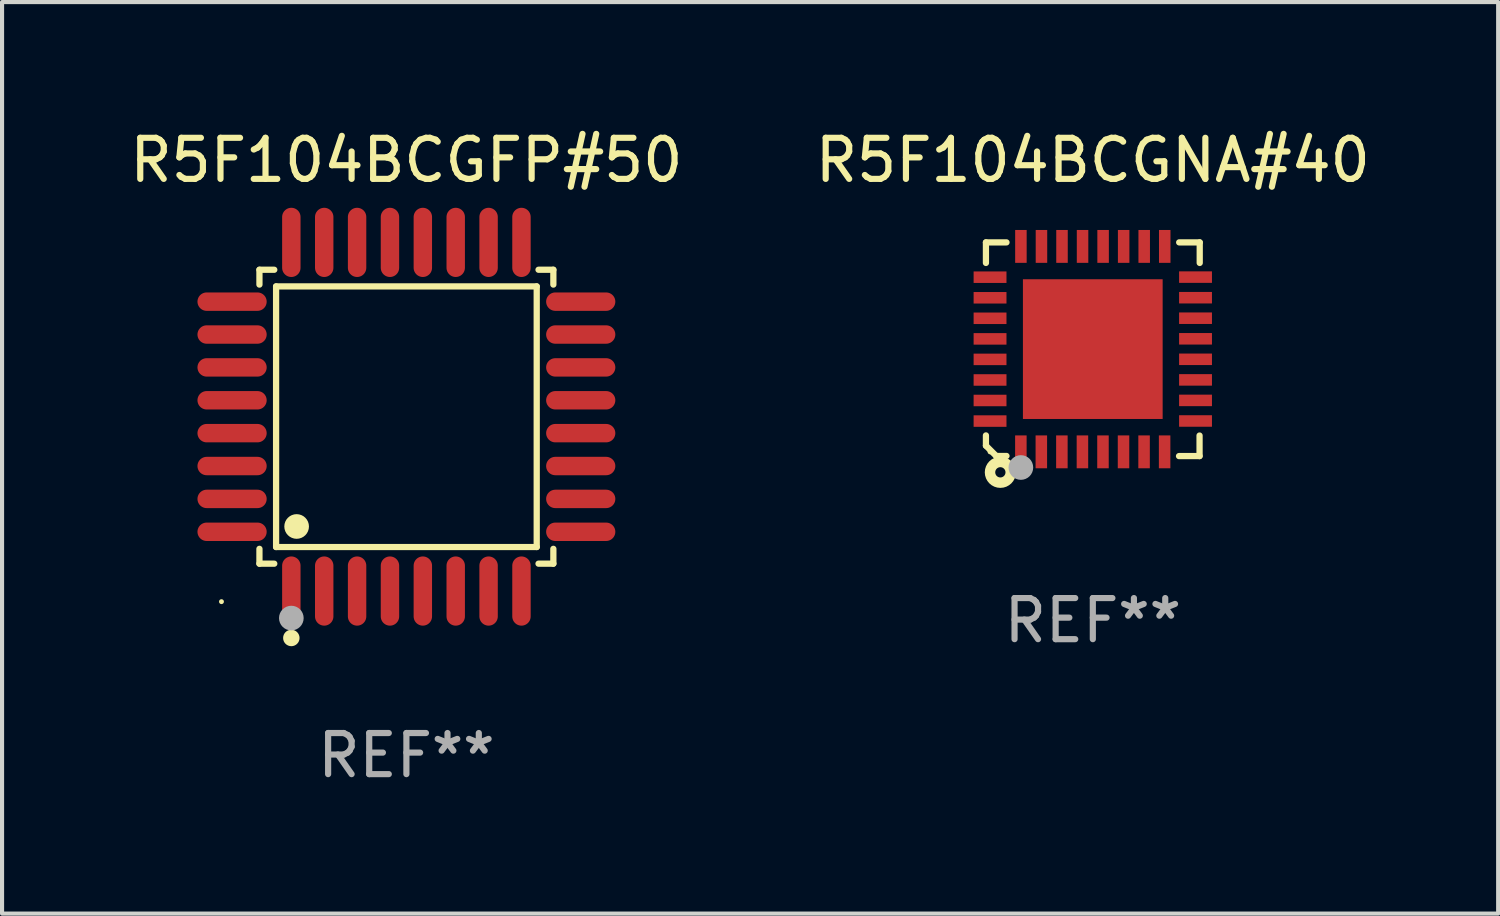
<source format=kicad_pcb>
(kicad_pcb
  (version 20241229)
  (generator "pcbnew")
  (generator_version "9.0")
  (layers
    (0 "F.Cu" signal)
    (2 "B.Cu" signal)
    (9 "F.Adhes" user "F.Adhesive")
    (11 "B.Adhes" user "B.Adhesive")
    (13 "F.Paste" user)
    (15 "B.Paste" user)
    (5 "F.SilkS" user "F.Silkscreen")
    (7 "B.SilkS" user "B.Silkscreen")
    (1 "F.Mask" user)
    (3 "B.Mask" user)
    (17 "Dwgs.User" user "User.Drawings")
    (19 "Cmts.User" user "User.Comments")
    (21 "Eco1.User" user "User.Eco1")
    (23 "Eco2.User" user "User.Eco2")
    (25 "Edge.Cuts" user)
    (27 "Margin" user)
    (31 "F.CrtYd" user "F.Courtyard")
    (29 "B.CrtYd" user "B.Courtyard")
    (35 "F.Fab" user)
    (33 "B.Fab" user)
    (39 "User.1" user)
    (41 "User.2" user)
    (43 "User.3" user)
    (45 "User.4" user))
  (footprint "R5F104BCGNA#40"
    (layer "F.Cu")
    (at 23.542 5.448)
    (property "Reference" "R5F104BCGNA#40" (at 0 -4.6 0) (layer "F.SilkS") (effects (font (size 1 1) (thickness 0.15))))
    (attr through_hole)
    (fp_line (start -2.601 2.097) (end -2.601 2.347) (stroke (width 0.152) (type solid)) (layer "F.SilkS"))
    (fp_line (start -2.601 2.347) (end -2.351 2.597) (stroke (width 0.152) (type solid)) (layer "F.SilkS"))
    (fp_line (start -2.601 -2.6) (end -2.601 -2.1) (stroke (width 0.152) (type solid)) (layer "F.SilkS"))
    (fp_line (start -2.601 -2.6) (end -2.101 -2.6) (stroke (width 0.152) (type solid)) (layer "F.SilkS"))
    (fp_line (start -2.351 2.597) (end -2.101 2.597) (stroke (width 0.152) (type solid)) (layer "F.SilkS"))
    (fp_line (start 2.597 2.6) (end 2.097 2.6) (stroke (width 0.152) (type solid)) (layer "F.SilkS"))
    (fp_line (start 2.597 2.6) (end 2.597 2.1) (stroke (width 0.152) (type solid)) (layer "F.SilkS"))
    (fp_line (start 2.601 -2.6) (end 2.101 -2.6) (stroke (width 0.152) (type solid)) (layer "F.SilkS"))
    (fp_line (start 2.601 -2.6) (end 2.601 -2.1) (stroke (width 0.152) (type solid)) (layer "F.SilkS"))
    (fp_circle (center -2.501 2.497) (end -2.471 2.497) (stroke (width 0.06) (type solid)) (fill no) (layer "F.SilkS"))
    (fp_circle (center -2.25 2.995) (end -2.125 2.995) (stroke (width 0.254) (type solid)) (fill no) (layer "F.SilkS"))
    (fp_circle (center -1.751 2.878) (end -1.601 2.878) (stroke (width 0.3) (type solid)) (fill no) (layer "F.Fab"))
    (fp_text user "REF**" (at 0 6.6 0) (layer "F.Fab") (effects (font (size 1 1) (thickness 0.15))))
    (pad "1" smd rect (at -1.751 2.497) (size 0.28 0.8) (layers "F.Cu" "F.Mask" "F.Paste"))
    (pad "2" smd rect (at -1.253 2.497) (size 0.28 0.8) (layers "F.Cu" "F.Mask" "F.Paste"))
    (pad "3" smd rect (at -0.753 2.497) (size 0.28 0.8) (layers "F.Cu" "F.Mask" "F.Paste"))
    (pad "4" smd rect (at -0.253 2.497) (size 0.28 0.8) (layers "F.Cu" "F.Mask" "F.Paste"))
    (pad "5" smd rect (at 0.247 2.497) (size 0.28 0.8) (layers "F.Cu" "F.Mask" "F.Paste"))
    (pad "6" smd rect (at 0.747 2.497) (size 0.28 0.8) (layers "F.Cu" "F.Mask" "F.Paste"))
    (pad "7" smd rect (at 1.247 2.497) (size 0.28 0.8) (layers "F.Cu" "F.Mask" "F.Paste"))
    (pad "8" smd rect (at 1.747 2.497) (size 0.28 0.8) (layers "F.Cu" "F.Mask" "F.Paste"))
    (pad "9" smd rect (at 2.499 1.746) (size 0.8 0.28) (layers "F.Cu" "F.Mask" "F.Paste"))
    (pad "10" smd rect (at 2.499 1.245) (size 0.8 0.28) (layers "F.Cu" "F.Mask" "F.Paste"))
    (pad "11" smd rect (at 2.499 0.746) (size 0.8 0.28) (layers "F.Cu" "F.Mask" "F.Paste"))
    (pad "12" smd rect (at 2.499 0.245) (size 0.8 0.28) (layers "F.Cu" "F.Mask" "F.Paste"))
    (pad "13" smd rect (at 2.499 -0.254) (size 0.8 0.28) (layers "F.Cu" "F.Mask" "F.Paste"))
    (pad "14" smd rect (at 2.499 -0.755) (size 0.8 0.28) (layers "F.Cu" "F.Mask" "F.Paste"))
    (pad "15" smd rect (at 2.499 -1.254) (size 0.8 0.28) (layers "F.Cu" "F.Mask" "F.Paste"))
    (pad "16" smd rect (at 2.499 -1.755) (size 0.8 0.28) (layers "F.Cu" "F.Mask" "F.Paste"))
    (pad "17" smd rect (at 1.75 -2.502) (size 0.28 0.8) (layers "F.Cu" "F.Mask" "F.Paste"))
    (pad "18" smd rect (at 1.25 -2.502) (size 0.28 0.8) (layers "F.Cu" "F.Mask" "F.Paste"))
    (pad "19" smd rect (at 0.75 -2.502) (size 0.28 0.8) (layers "F.Cu" "F.Mask" "F.Paste"))
    (pad "20" smd rect (at 0.25 -2.502) (size 0.28 0.8) (layers "F.Cu" "F.Mask" "F.Paste"))
    (pad "21" smd rect (at -0.25 -2.502) (size 0.28 0.8) (layers "F.Cu" "F.Mask" "F.Paste"))
    (pad "22" smd rect (at -0.75 -2.502) (size 0.28 0.8) (layers "F.Cu" "F.Mask" "F.Paste"))
    (pad "23" smd rect (at -1.25 -2.502) (size 0.28 0.8) (layers "F.Cu" "F.Mask" "F.Paste"))
    (pad "24" smd rect (at -1.75 -2.502) (size 0.28 0.8) (layers "F.Cu" "F.Mask" "F.Paste"))
    (pad "25" smd rect (at -2.501 -1.753) (size 0.8 0.28) (layers "F.Cu" "F.Mask" "F.Paste"))
    (pad "26" smd rect (at -2.501 -1.252) (size 0.8 0.28) (layers "F.Cu" "F.Mask" "F.Paste"))
    (pad "27" smd rect (at -2.501 -0.753) (size 0.8 0.28) (layers "F.Cu" "F.Mask" "F.Paste"))
    (pad "28" smd rect (at -2.501 -0.252) (size 0.8 0.28) (layers "F.Cu" "F.Mask" "F.Paste"))
    (pad "29" smd rect (at -2.501 0.247) (size 0.8 0.28) (layers "F.Cu" "F.Mask" "F.Paste"))
    (pad "30" smd rect (at -2.501 0.748) (size 0.8 0.28) (layers "F.Cu" "F.Mask" "F.Paste"))
    (pad "31" smd rect (at -2.501 1.247) (size 0.8 0.28) (layers "F.Cu" "F.Mask" "F.Paste"))
    (pad "32" smd rect (at -2.501 1.748) (size 0.8 0.28) (layers "F.Cu" "F.Mask" "F.Paste"))
    (pad "33" smd rect (at -0.001 -0.003 180) (size 3.4 3.4) (layers "F.Cu" "F.Mask" "F.Paste")))
  (footprint "R5F104BCGFP#50"
    (layer "F.Cu")
    (at 6.839 7.09)
    (property "Reference" "R5F104BCGFP#50" (at 0 -6.242 0) (layer "F.SilkS") (effects (font (size 1 1) (thickness 0.15))))
    (attr through_hole)
    (fp_line (start -3.576 -3.576) (end -3.215 -3.576) (stroke (width 0.152) (type solid)) (layer "F.SilkS"))
    (fp_line (start -3.576 -3.215) (end -3.576 -3.576) (stroke (width 0.152) (type solid)) (layer "F.SilkS"))
    (fp_line (start -3.576 3.215) (end -3.576 3.576) (stroke (width 0.152) (type solid)) (layer "F.SilkS"))
    (fp_line (start -3.576 3.576) (end -3.215 3.576) (stroke (width 0.152) (type solid)) (layer "F.SilkS"))
    (fp_line (start -3.171 -3.171) (end 3.171 -3.171) (stroke (width 0.152) (type solid)) (layer "F.SilkS"))
    (fp_line (start -3.171 3.171) (end -3.171 -3.171) (stroke (width 0.152) (type solid)) (layer "F.SilkS"))
    (fp_line (start 3.171 -3.171) (end 3.171 3.171) (stroke (width 0.152) (type solid)) (layer "F.SilkS"))
    (fp_line (start 3.171 3.171) (end -3.171 3.171) (stroke (width 0.152) (type solid)) (layer "F.SilkS"))
    (fp_line (start 3.576 -3.576) (end 3.215 -3.576) (stroke (width 0.152) (type solid)) (layer "F.SilkS"))
    (fp_line (start 3.576 -3.215) (end 3.576 -3.576) (stroke (width 0.152) (type solid)) (layer "F.SilkS"))
    (fp_line (start 3.576 3.215) (end 3.576 3.576) (stroke (width 0.152) (type solid)) (layer "F.SilkS"))
    (fp_line (start 3.576 3.576) (end 3.215 3.576) (stroke (width 0.152) (type solid)) (layer "F.SilkS"))
    (fp_circle (center -4.5 4.5) (end -4.47 4.5) (stroke (width 0.06) (type solid)) (fill no) (layer "F.SilkS"))
    (fp_circle (center -2.8 5.384) (end -2.7 5.384) (stroke (width 0.2) (type solid)) (fill no) (layer "F.SilkS"))
    (fp_circle (center -2.671 2.671) (end -2.521 2.671) (stroke (width 0.3) (type solid)) (fill no) (layer "F.SilkS"))
    (fp_circle (center -2.8 4.9) (end -2.65 4.9) (stroke (width 0.3) (type solid)) (fill no) (layer "F.Fab"))
    (fp_text user "REF**" (at 0 8.242 0) (layer "F.Fab") (effects (font (size 1 1) (thickness 0.15))))
    (pad "1" smd oval (at -2.8 4.242) (size 0.448 1.684) (layers "F.Cu" "F.Mask" "F.Paste"))
    (pad "2" smd oval (at -2 4.242) (size 0.448 1.684) (layers "F.Cu" "F.Mask" "F.Paste"))
    (pad "3" smd oval (at -1.2 4.242) (size 0.448 1.684) (layers "F.Cu" "F.Mask" "F.Paste"))
    (pad "4" smd oval (at -0.4 4.242) (size 0.448 1.684) (layers "F.Cu" "F.Mask" "F.Paste"))
    (pad "5" smd oval (at 0.4 4.242) (size 0.448 1.684) (layers "F.Cu" "F.Mask" "F.Paste"))
    (pad "6" smd oval (at 1.2 4.242) (size 0.448 1.684) (layers "F.Cu" "F.Mask" "F.Paste"))
    (pad "7" smd oval (at 2 4.242) (size 0.448 1.684) (layers "F.Cu" "F.Mask" "F.Paste"))
    (pad "8" smd oval (at 2.8 4.242) (size 0.448 1.684) (layers "F.Cu" "F.Mask" "F.Paste"))
    (pad "9" smd oval (at 4.242 2.8) (size 1.684 0.448) (layers "F.Cu" "F.Mask" "F.Paste"))
    (pad "10" smd oval (at 4.242 2) (size 1.684 0.448) (layers "F.Cu" "F.Mask" "F.Paste"))
    (pad "11" smd oval (at 4.242 1.2) (size 1.684 0.448) (layers "F.Cu" "F.Mask" "F.Paste"))
    (pad "12" smd oval (at 4.242 0.4) (size 1.684 0.448) (layers "F.Cu" "F.Mask" "F.Paste"))
    (pad "13" smd oval (at 4.242 -0.4) (size 1.684 0.448) (layers "F.Cu" "F.Mask" "F.Paste"))
    (pad "14" smd oval (at 4.242 -1.2) (size 1.684 0.448) (layers "F.Cu" "F.Mask" "F.Paste"))
    (pad "15" smd oval (at 4.242 -2) (size 1.684 0.448) (layers "F.Cu" "F.Mask" "F.Paste"))
    (pad "16" smd oval (at 4.242 -2.8) (size 1.684 0.448) (layers "F.Cu" "F.Mask" "F.Paste"))
    (pad "17" smd oval (at 2.8 -4.242) (size 0.448 1.684) (layers "F.Cu" "F.Mask" "F.Paste"))
    (pad "18" smd oval (at 2 -4.242) (size 0.448 1.684) (layers "F.Cu" "F.Mask" "F.Paste"))
    (pad "19" smd oval (at 1.2 -4.242) (size 0.448 1.684) (layers "F.Cu" "F.Mask" "F.Paste"))
    (pad "20" smd oval (at 0.4 -4.242) (size 0.448 1.684) (layers "F.Cu" "F.Mask" "F.Paste"))
    (pad "21" smd oval (at -0.4 -4.242) (size 0.448 1.684) (layers "F.Cu" "F.Mask" "F.Paste"))
    (pad "22" smd oval (at -1.2 -4.242) (size 0.448 1.684) (layers "F.Cu" "F.Mask" "F.Paste"))
    (pad "23" smd oval (at -2 -4.242) (size 0.448 1.684) (layers "F.Cu" "F.Mask" "F.Paste"))
    (pad "24" smd oval (at -2.8 -4.242) (size 0.448 1.684) (layers "F.Cu" "F.Mask" "F.Paste"))
    (pad "25" smd oval (at -4.242 -2.8) (size 1.684 0.448) (layers "F.Cu" "F.Mask" "F.Paste"))
    (pad "26" smd oval (at -4.242 -2) (size 1.684 0.448) (layers "F.Cu" "F.Mask" "F.Paste"))
    (pad "27" smd oval (at -4.242 -1.2) (size 1.684 0.448) (layers "F.Cu" "F.Mask" "F.Paste"))
    (pad "28" smd oval (at -4.242 -0.4) (size 1.684 0.448) (layers "F.Cu" "F.Mask" "F.Paste"))
    (pad "29" smd oval (at -4.242 0.4) (size 1.684 0.448) (layers "F.Cu" "F.Mask" "F.Paste"))
    (pad "30" smd oval (at -4.242 1.2) (size 1.684 0.448) (layers "F.Cu" "F.Mask" "F.Paste"))
    (pad "31" smd oval (at -4.242 2) (size 1.684 0.448) (layers "F.Cu" "F.Mask" "F.Paste"))
    (pad "32" smd oval (at -4.242 2.8) (size 1.684 0.448) (layers "F.Cu" "F.Mask" "F.Paste")))
  (gr_rect
    (start -3 -3)
    (end 33.405 19.181)
    (stroke (width 0.1) (type default))
    (fill no)
    (layer "Edge.Cuts")))
</source>
